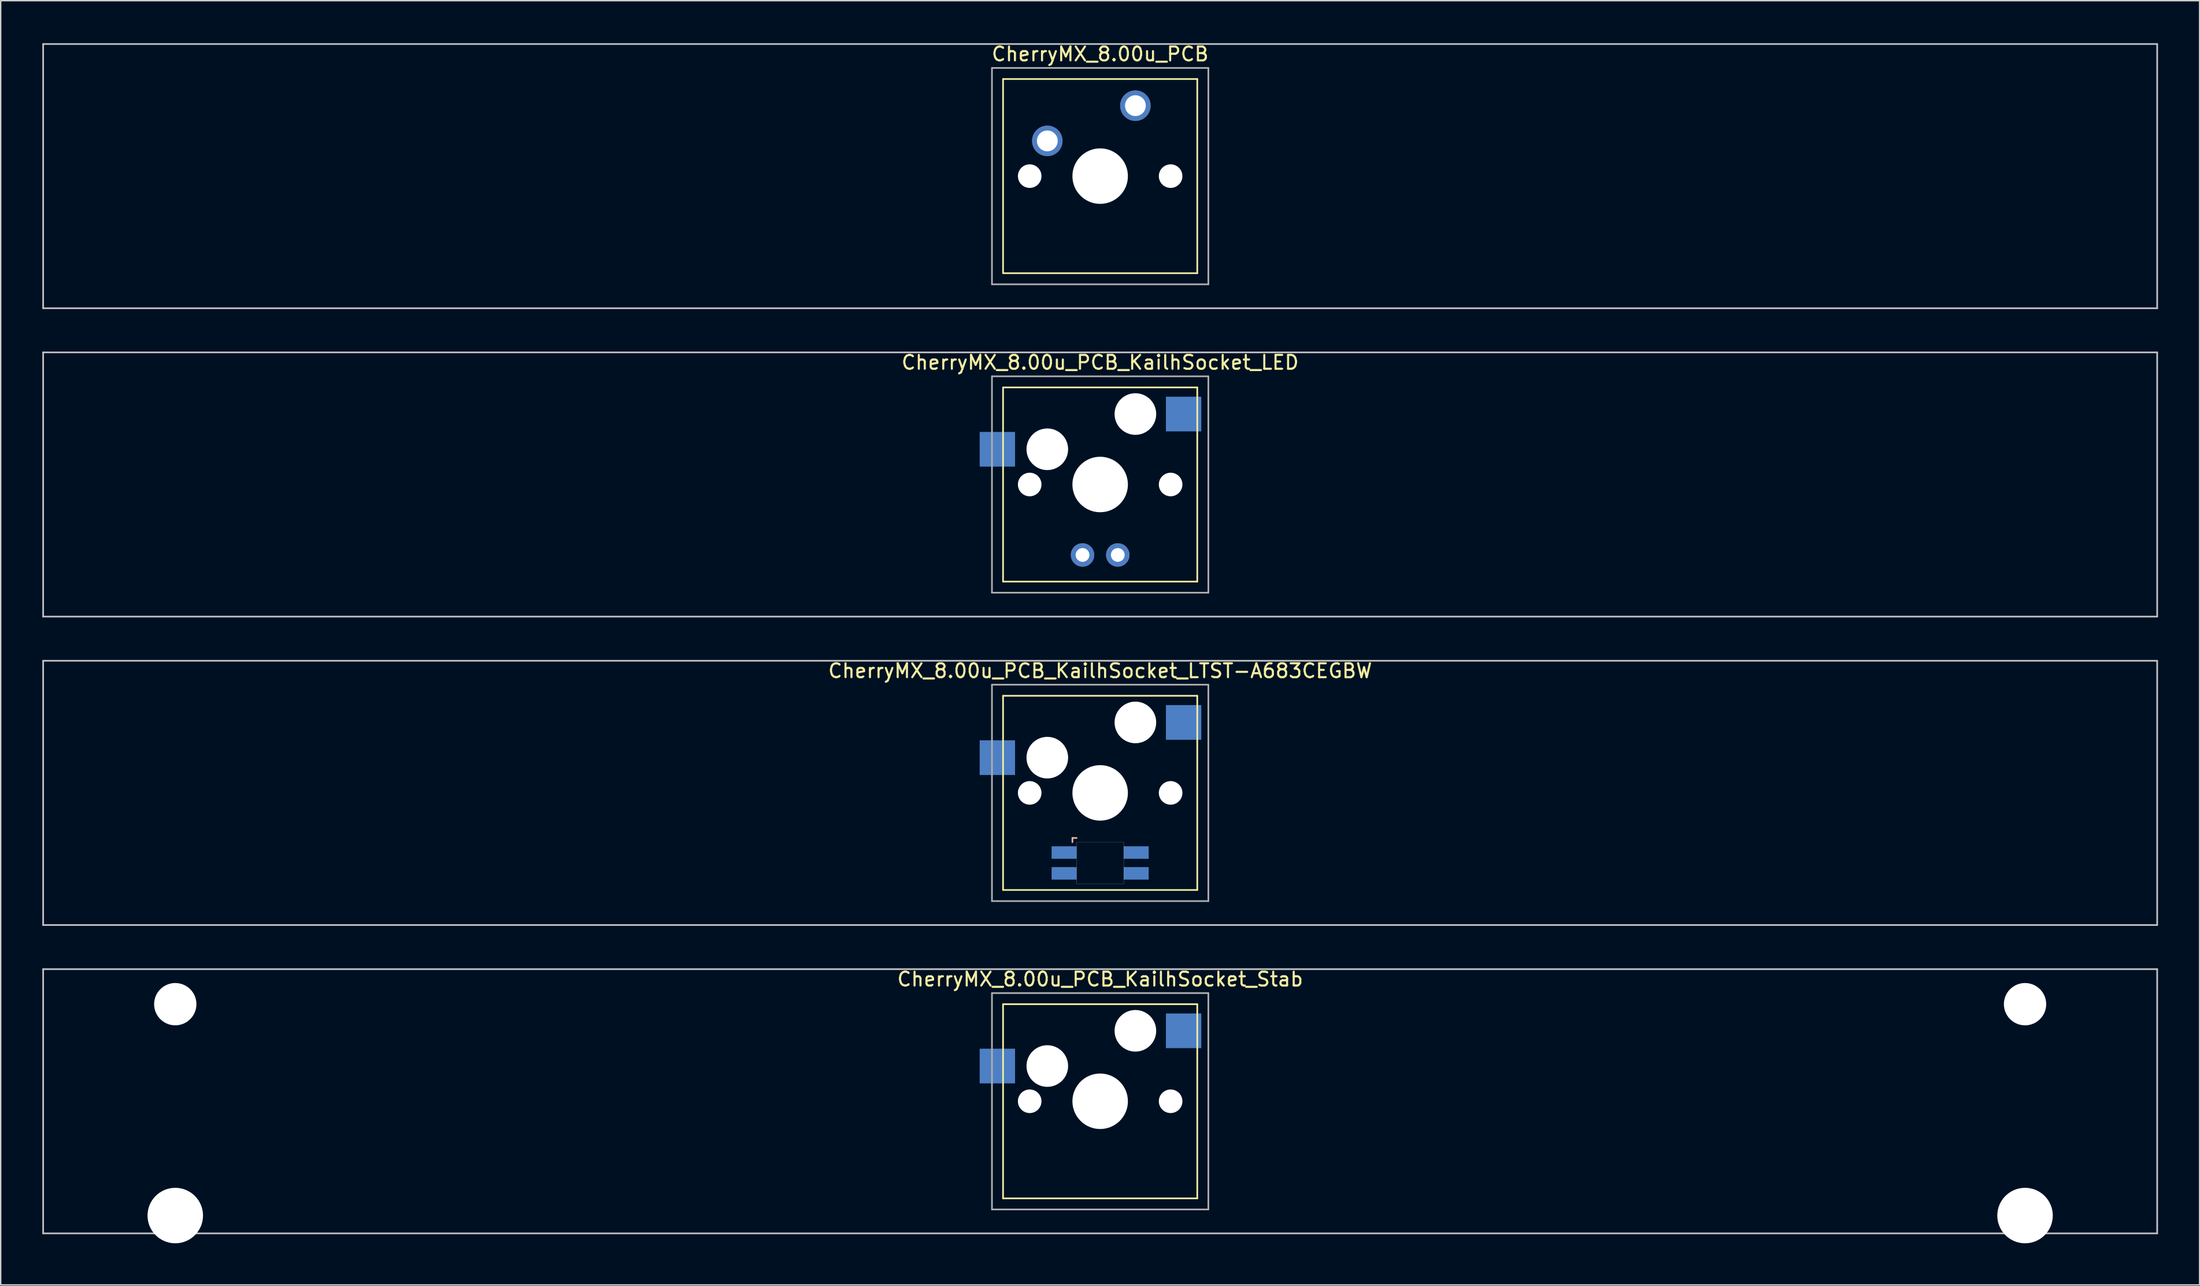
<source format=kicad_pcb>
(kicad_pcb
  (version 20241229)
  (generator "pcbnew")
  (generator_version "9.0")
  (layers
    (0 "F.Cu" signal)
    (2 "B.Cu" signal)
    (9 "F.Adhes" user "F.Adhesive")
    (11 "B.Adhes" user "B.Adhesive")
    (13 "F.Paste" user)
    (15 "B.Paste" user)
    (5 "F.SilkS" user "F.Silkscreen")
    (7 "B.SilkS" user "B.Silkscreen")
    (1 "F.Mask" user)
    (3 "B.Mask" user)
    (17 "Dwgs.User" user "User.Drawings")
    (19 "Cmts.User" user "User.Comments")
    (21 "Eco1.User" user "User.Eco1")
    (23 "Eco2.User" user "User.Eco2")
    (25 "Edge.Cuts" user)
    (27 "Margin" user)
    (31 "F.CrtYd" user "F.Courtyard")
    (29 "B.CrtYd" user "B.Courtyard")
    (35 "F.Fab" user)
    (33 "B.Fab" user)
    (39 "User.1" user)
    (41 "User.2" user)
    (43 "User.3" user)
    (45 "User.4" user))
  (footprint "CherryMX_8.00u_PCB_KailhSocket_LTST-A683CEGBW"
    (layer "F.Cu")
    (at 76.26 54.115)
    (property "Reference" "CherryMX_8.00u_PCB_KailhSocket_LTST-A683CEGBW" (at 0 -8.8 0) (layer "F.SilkS") (effects (font (size 1 1) (thickness 0.15))))
    (attr through_hole)
    (fp_line (start -7 -7) (end -7 7) (stroke (width 0.12) (type solid)) (layer "F.SilkS"))
    (fp_line (start -7 -7) (end 7 -7) (stroke (width 0.12) (type solid)) (layer "F.SilkS"))
    (fp_line (start 7 -7) (end 7 7) (stroke (width 0.12) (type solid)) (layer "F.SilkS"))
    (fp_line (start 7 7) (end -7 7) (stroke (width 0.12) (type solid)) (layer "F.SilkS"))
    (fp_line (start -2 3.25) (end -2 3.55) (stroke (width 0.12) (type solid)) (layer "B.SilkS"))
    (fp_line (start -1.7 3.25) (end -2 3.25) (stroke (width 0.12) (type solid)) (layer "B.SilkS"))
    (fp_line (start -76.2 -9.525) (end 76.2 -9.525) (stroke (width 0.12) (type solid)) (layer "Dwgs.User"))
    (fp_line (start -76.2 9.525) (end -76.2 -9.525) (stroke (width 0.12) (type solid)) (layer "Dwgs.User"))
    (fp_line (start 76.2 -9.525) (end 76.2 9.525) (stroke (width 0.12) (type solid)) (layer "Dwgs.User"))
    (fp_line (start 76.2 9.525) (end -76.2 9.525) (stroke (width 0.12) (type solid)) (layer "Dwgs.User"))
    (fp_poly (pts (xy 1.7 6.55) (xy -1.7 6.55) (xy -1.7 3.55) (xy 1.7 3.55)) (stroke (width 0.01) (type solid)) (fill no) (layer "Edge.Cuts"))
    (fp_line (start -7.8 -7.8) (end -7.8 7.8) (stroke (width 0.12) (type solid)) (layer "F.Fab"))
    (fp_line (start -7.8 -7.8) (end 7.8 -7.8) (stroke (width 0.12) (type solid)) (layer "F.Fab"))
    (fp_line (start -7.8 7.8) (end 7.8 7.8) (stroke (width 0.12) (type solid)) (layer "F.Fab"))
    (fp_line (start 7.8 -7.8) (end 7.8 7.8) (stroke (width 0.12) (type solid)) (layer "F.Fab"))
    (pad "" np_thru_hole circle (at -5.08 0) (size 1.7 1.7) (drill 1.7) (layers "*.Cu" "*.Mask"))
    (pad "" np_thru_hole circle (at -3.81 -2.54) (size 3 3) (drill 3) (layers "*.Cu" "*.Mask"))
    (pad "" np_thru_hole circle (at 0 0) (size 4 4) (drill 4) (layers "*.Cu" "*.Mask"))
    (pad "" np_thru_hole circle (at 2.54 -5.08) (size 3 3) (drill 3) (layers "*.Cu" "*.Mask"))
    (pad "" np_thru_hole circle (at 5.08 0) (size 1.7 1.7) (drill 1.7) (layers "*.Cu" "*.Mask"))
    (pad "1" smd rect (at -7.41 -2.54) (size 2.55 2.5) (layers "B.Cu" "B.Mask" "B.Paste"))
    (pad "2" smd rect (at 6.015 -5.08) (size 2.55 2.5) (layers "B.Cu" "B.Mask" "B.Paste"))
    (pad "3" smd rect (at -2.6 4.3) (size 1.8 0.9) (layers "B.Cu" "B.Mask" "B.Paste"))
    (pad "4" smd rect (at -2.6 5.8) (size 1.8 0.9) (layers "B.Cu" "B.Mask" "B.Paste"))
    (pad "5" smd rect (at 2.6 4.3) (size 1.8 0.9) (layers "B.Cu" "B.Mask" "B.Paste"))
    (pad "6" smd rect (at 2.6 5.8) (size 1.8 0.9) (layers "B.Cu" "B.Mask" "B.Paste")))
  (footprint "CherryMX_8.00u_PCB_KailhSocket_Stab"
    (layer "F.Cu")
    (at 76.26 76.348)
    (property "Reference" "CherryMX_8.00u_PCB_KailhSocket_Stab" (at 0 -8.8 0) (layer "F.SilkS") (effects (font (size 1 1) (thickness 0.15))))
    (attr through_hole)
    (fp_line (start -7 -7) (end -7 7) (stroke (width 0.12) (type solid)) (layer "F.SilkS"))
    (fp_line (start -7 -7) (end 7 -7) (stroke (width 0.12) (type solid)) (layer "F.SilkS"))
    (fp_line (start 7 -7) (end 7 7) (stroke (width 0.12) (type solid)) (layer "F.SilkS"))
    (fp_line (start 7 7) (end -7 7) (stroke (width 0.12) (type solid)) (layer "F.SilkS"))
    (fp_line (start -76.2 -9.525) (end 76.2 -9.525) (stroke (width 0.12) (type solid)) (layer "Dwgs.User"))
    (fp_line (start -76.2 9.525) (end -76.2 -9.525) (stroke (width 0.12) (type solid)) (layer "Dwgs.User"))
    (fp_line (start 76.2 -9.525) (end 76.2 9.525) (stroke (width 0.12) (type solid)) (layer "Dwgs.User"))
    (fp_line (start 76.2 9.525) (end -76.2 9.525) (stroke (width 0.12) (type solid)) (layer "Dwgs.User"))
    (fp_line (start -7.8 -7.8) (end -7.8 7.8) (stroke (width 0.12) (type solid)) (layer "F.Fab"))
    (fp_line (start -7.8 -7.8) (end 7.8 -7.8) (stroke (width 0.12) (type solid)) (layer "F.Fab"))
    (fp_line (start -7.8 7.8) (end 7.8 7.8) (stroke (width 0.12) (type solid)) (layer "F.Fab"))
    (fp_line (start 7.8 -7.8) (end 7.8 7.8) (stroke (width 0.12) (type solid)) (layer "F.Fab"))
    (pad "" np_thru_hole circle (at -66.675 -7) (size 3.05 3.05) (drill 3.05) (layers "*.Cu" "*.Mask"))
    (pad "" np_thru_hole circle (at -66.675 8.24) (size 4 4) (drill 4) (layers "*.Cu" "*.Mask"))
    (pad "" np_thru_hole circle (at -5.08 0) (size 1.7 1.7) (drill 1.7) (layers "*.Cu" "*.Mask"))
    (pad "" np_thru_hole circle (at -3.81 -2.54) (size 3 3) (drill 3) (layers "*.Cu" "*.Mask"))
    (pad "" np_thru_hole circle (at 0 0) (size 4 4) (drill 4) (layers "*.Cu" "*.Mask"))
    (pad "" np_thru_hole circle (at 2.54 -5.08) (size 3 3) (drill 3) (layers "*.Cu" "*.Mask"))
    (pad "" np_thru_hole circle (at 5.08 0) (size 1.7 1.7) (drill 1.7) (layers "*.Cu" "*.Mask"))
    (pad "" np_thru_hole circle (at 66.675 -7) (size 3.05 3.05) (drill 3.05) (layers "*.Cu" "*.Mask"))
    (pad "" np_thru_hole circle (at 66.675 8.24) (size 4 4) (drill 4) (layers "*.Cu" "*.Mask"))
    (pad "1" smd rect (at -7.41 -2.54) (size 2.55 2.5) (layers "B.Cu" "B.Mask" "B.Paste"))
    (pad "2" smd rect (at 6.015 -5.08) (size 2.55 2.5) (layers "B.Cu" "B.Mask" "B.Paste")))
  (footprint "CherryMX_8.00u_PCB_KailhSocket_LED"
    (layer "F.Cu")
    (at 76.26 31.881)
    (property "Reference" "CherryMX_8.00u_PCB_KailhSocket_LED" (at 0 -8.8 0) (layer "F.SilkS") (effects (font (size 1 1) (thickness 0.15))))
    (attr through_hole)
    (fp_line (start -7 -7) (end -7 7) (stroke (width 0.12) (type solid)) (layer "F.SilkS"))
    (fp_line (start -7 -7) (end 7 -7) (stroke (width 0.12) (type solid)) (layer "F.SilkS"))
    (fp_line (start 7 -7) (end 7 7) (stroke (width 0.12) (type solid)) (layer "F.SilkS"))
    (fp_line (start 7 7) (end -7 7) (stroke (width 0.12) (type solid)) (layer "F.SilkS"))
    (fp_line (start -76.2 -9.525) (end 76.2 -9.525) (stroke (width 0.12) (type solid)) (layer "Dwgs.User"))
    (fp_line (start -76.2 9.525) (end -76.2 -9.525) (stroke (width 0.12) (type solid)) (layer "Dwgs.User"))
    (fp_line (start 76.2 -9.525) (end 76.2 9.525) (stroke (width 0.12) (type solid)) (layer "Dwgs.User"))
    (fp_line (start 76.2 9.525) (end -76.2 9.525) (stroke (width 0.12) (type solid)) (layer "Dwgs.User"))
    (fp_line (start -7.8 -7.8) (end -7.8 7.8) (stroke (width 0.12) (type solid)) (layer "F.Fab"))
    (fp_line (start -7.8 -7.8) (end 7.8 -7.8) (stroke (width 0.12) (type solid)) (layer "F.Fab"))
    (fp_line (start -7.8 7.8) (end 7.8 7.8) (stroke (width 0.12) (type solid)) (layer "F.Fab"))
    (fp_line (start 7.8 -7.8) (end 7.8 7.8) (stroke (width 0.12) (type solid)) (layer "F.Fab"))
    (pad "" np_thru_hole circle (at -5.08 0) (size 1.7 1.7) (drill 1.7) (layers "*.Cu" "*.Mask"))
    (pad "" np_thru_hole circle (at -3.81 -2.54) (size 3 3) (drill 3) (layers "*.Cu" "*.Mask"))
    (pad "" np_thru_hole circle (at 0 0) (size 4 4) (drill 4) (layers "*.Cu" "*.Mask"))
    (pad "" np_thru_hole circle (at 2.54 -5.08) (size 3 3) (drill 3) (layers "*.Cu" "*.Mask"))
    (pad "" np_thru_hole circle (at 5.08 0) (size 1.7 1.7) (drill 1.7) (layers "*.Cu" "*.Mask"))
    (pad "1" smd rect (at -7.41 -2.54) (size 2.55 2.5) (layers "B.Cu" "B.Mask" "B.Paste"))
    (pad "2" smd rect (at 6.015 -5.08) (size 2.55 2.5) (layers "B.Cu" "B.Mask" "B.Paste"))
    (pad "3" thru_hole circle (at -1.27 5.08) (size 1.691 1.691) (drill 0.991) (layers "*.Cu" "*.Mask"))
    (pad "4" thru_hole circle (at 1.27 5.08) (size 1.691 1.691) (drill 0.991) (layers "*.Cu" "*.Mask")))
  (footprint "CherryMX_8.00u_PCB"
    (layer "F.Cu")
    (at 76.26 9.648)
    (property "Reference" "CherryMX_8.00u_PCB" (at 0 -8.8 0) (layer "F.SilkS") (effects (font (size 1 1) (thickness 0.15))))
    (attr through_hole)
    (fp_line (start -7 -7) (end -7 7) (stroke (width 0.12) (type solid)) (layer "F.SilkS"))
    (fp_line (start -7 -7) (end 7 -7) (stroke (width 0.12) (type solid)) (layer "F.SilkS"))
    (fp_line (start 7 -7) (end 7 7) (stroke (width 0.12) (type solid)) (layer "F.SilkS"))
    (fp_line (start 7 7) (end -7 7) (stroke (width 0.12) (type solid)) (layer "F.SilkS"))
    (fp_line (start -76.2 -9.525) (end 76.2 -9.525) (stroke (width 0.12) (type solid)) (layer "Dwgs.User"))
    (fp_line (start -76.2 9.525) (end -76.2 -9.525) (stroke (width 0.12) (type solid)) (layer "Dwgs.User"))
    (fp_line (start 76.2 -9.525) (end 76.2 9.525) (stroke (width 0.12) (type solid)) (layer "Dwgs.User"))
    (fp_line (start 76.2 9.525) (end -76.2 9.525) (stroke (width 0.12) (type solid)) (layer "Dwgs.User"))
    (fp_line (start -7.8 -7.8) (end -7.8 7.8) (stroke (width 0.12) (type solid)) (layer "F.Fab"))
    (fp_line (start -7.8 -7.8) (end 7.8 -7.8) (stroke (width 0.12) (type solid)) (layer "F.Fab"))
    (fp_line (start -7.8 7.8) (end 7.8 7.8) (stroke (width 0.12) (type solid)) (layer "F.Fab"))
    (fp_line (start 7.8 -7.8) (end 7.8 7.8) (stroke (width 0.12) (type solid)) (layer "F.Fab"))
    (pad "" np_thru_hole circle (at -5.08 0) (size 1.7 1.7) (drill 1.7) (layers "*.Cu" "*.Mask"))
    (pad "" np_thru_hole circle (at 0 0) (size 4 4) (drill 4) (layers "*.Cu" "*.Mask"))
    (pad "" np_thru_hole circle (at 5.08 0) (size 1.7 1.7) (drill 1.7) (layers "*.Cu" "*.Mask"))
    (pad "1" thru_hole circle (at -3.81 -2.54) (size 2.2 2.2) (drill 1.5) (layers "*.Cu" "*.Mask"))
    (pad "2" thru_hole circle (at 2.54 -5.08) (size 2.2 2.2) (drill 1.5) (layers "*.Cu" "*.Mask")))
  (gr_rect
    (start -3 -3)
    (end 155.52 89.588)
    (stroke (width 0.1) (type default))
    (fill no)
    (layer "Edge.Cuts")))
</source>
